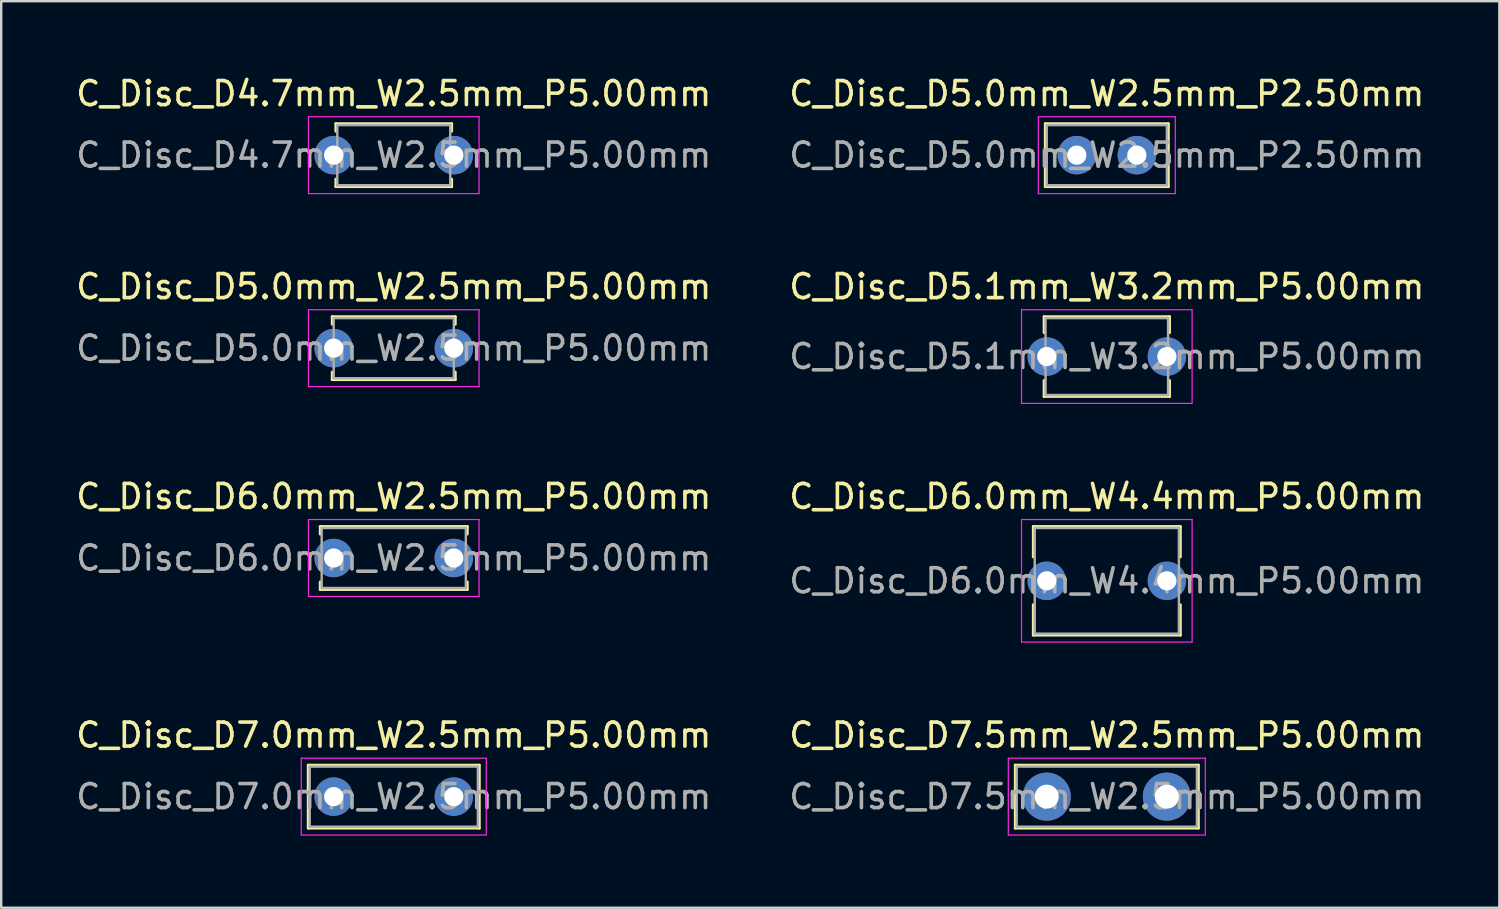
<source format=kicad_pcb>
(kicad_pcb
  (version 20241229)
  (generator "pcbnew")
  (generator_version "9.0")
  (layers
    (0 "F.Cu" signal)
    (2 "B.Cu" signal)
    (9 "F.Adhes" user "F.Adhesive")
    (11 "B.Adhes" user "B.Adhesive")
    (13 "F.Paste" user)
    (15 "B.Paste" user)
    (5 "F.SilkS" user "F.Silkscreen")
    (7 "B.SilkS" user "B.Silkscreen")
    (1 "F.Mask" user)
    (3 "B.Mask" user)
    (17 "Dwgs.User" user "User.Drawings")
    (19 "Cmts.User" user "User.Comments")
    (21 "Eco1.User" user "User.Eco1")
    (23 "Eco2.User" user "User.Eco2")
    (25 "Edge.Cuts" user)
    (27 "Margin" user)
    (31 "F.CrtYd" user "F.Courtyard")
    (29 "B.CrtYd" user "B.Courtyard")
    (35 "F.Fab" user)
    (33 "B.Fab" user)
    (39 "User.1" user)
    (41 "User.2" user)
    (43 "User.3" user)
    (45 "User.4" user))
  (footprint "C_Disc_D5.1mm_W3.2mm_P5.00mm"
    (layer "F.Cu")
    (at 40.518 11.791)
    (property "Reference" "C_Disc_D5.1mm_W3.2mm_P5.00mm" (at 2.5 -2.91 0) (layer "F.SilkS") (effects (font (size 1 1) (thickness 0.15))))
    (attr through_hole)
    (fp_line (start -0.11 -1.66) (end -0.11 -0.996) (stroke (width 0.12) (type solid)) (layer "F.SilkS"))
    (fp_line (start -0.11 -1.66) (end 5.11 -1.66) (stroke (width 0.12) (type solid)) (layer "F.SilkS"))
    (fp_line (start -0.11 0.996) (end -0.11 1.66) (stroke (width 0.12) (type solid)) (layer "F.SilkS"))
    (fp_line (start -0.11 1.66) (end 5.11 1.66) (stroke (width 0.12) (type solid)) (layer "F.SilkS"))
    (fp_line (start 5.11 -1.66) (end 5.11 -0.996) (stroke (width 0.12) (type solid)) (layer "F.SilkS"))
    (fp_line (start 5.11 0.996) (end 5.11 1.66) (stroke (width 0.12) (type solid)) (layer "F.SilkS"))
    (fp_line (start -1.05 -1.95) (end -1.05 1.95) (stroke (width 0.05) (type solid)) (layer "F.CrtYd"))
    (fp_line (start -1.05 1.95) (end 6.05 1.95) (stroke (width 0.05) (type solid)) (layer "F.CrtYd"))
    (fp_line (start 6.05 -1.95) (end -1.05 -1.95) (stroke (width 0.05) (type solid)) (layer "F.CrtYd"))
    (fp_line (start 6.05 1.95) (end 6.05 -1.95) (stroke (width 0.05) (type solid)) (layer "F.CrtYd"))
    (fp_line (start -0.05 -1.6) (end -0.05 1.6) (stroke (width 0.1) (type solid)) (layer "F.Fab"))
    (fp_line (start -0.05 1.6) (end 5.05 1.6) (stroke (width 0.1) (type solid)) (layer "F.Fab"))
    (fp_line (start 5.05 -1.6) (end -0.05 -1.6) (stroke (width 0.1) (type solid)) (layer "F.Fab"))
    (fp_line (start 5.05 1.6) (end 5.05 -1.6) (stroke (width 0.1) (type solid)) (layer "F.Fab"))
    (fp_text user "${REFERENCE}" (at 2.5 0 0) (layer "F.Fab") (effects (font (size 1 1) (thickness 0.15))))
    (pad "1" thru_hole circle (at 0 0) (size 1.6 1.6) (drill 0.8) (layers "*.Cu" "*.Mask"))
    (pad "2" thru_hole circle (at 5 0) (size 1.6 1.6) (drill 0.8) (layers "*.Cu" "*.Mask")))
  (footprint "C_Disc_D7.5mm_W2.5mm_P5.00mm"
    (layer "F.Cu")
    (at 40.518 30.108)
    (property "Reference" "C_Disc_D7.5mm_W2.5mm_P5.00mm" (at 2.5 -2.56 0) (layer "F.SilkS") (effects (font (size 1 1) (thickness 0.15))))
    (attr through_hole)
    (fp_line (start -1.31 -1.31) (end -1.31 1.31) (stroke (width 0.12) (type solid)) (layer "F.SilkS"))
    (fp_line (start -1.31 -1.31) (end 6.31 -1.31) (stroke (width 0.12) (type solid)) (layer "F.SilkS"))
    (fp_line (start -1.31 1.31) (end 6.31 1.31) (stroke (width 0.12) (type solid)) (layer "F.SilkS"))
    (fp_line (start 6.31 -1.31) (end 6.31 1.31) (stroke (width 0.12) (type solid)) (layer "F.SilkS"))
    (fp_line (start -1.6 -1.6) (end -1.6 1.6) (stroke (width 0.05) (type solid)) (layer "F.CrtYd"))
    (fp_line (start -1.6 1.6) (end 6.6 1.6) (stroke (width 0.05) (type solid)) (layer "F.CrtYd"))
    (fp_line (start 6.6 -1.6) (end -1.6 -1.6) (stroke (width 0.05) (type solid)) (layer "F.CrtYd"))
    (fp_line (start 6.6 1.6) (end 6.6 -1.6) (stroke (width 0.05) (type solid)) (layer "F.CrtYd"))
    (fp_line (start -1.25 -1.25) (end -1.25 1.25) (stroke (width 0.1) (type solid)) (layer "F.Fab"))
    (fp_line (start -1.25 1.25) (end 6.25 1.25) (stroke (width 0.1) (type solid)) (layer "F.Fab"))
    (fp_line (start 6.25 -1.25) (end -1.25 -1.25) (stroke (width 0.1) (type solid)) (layer "F.Fab"))
    (fp_line (start 6.25 1.25) (end 6.25 -1.25) (stroke (width 0.1) (type solid)) (layer "F.Fab"))
    (fp_text user "${REFERENCE}" (at 2.5 0 0) (layer "F.Fab") (effects (font (size 1 1) (thickness 0.15))))
    (pad "1" thru_hole circle (at 0 0) (size 2 2) (drill 1) (layers "*.Cu" "*.Mask"))
    (pad "2" thru_hole circle (at 5 0) (size 2 2) (drill 1) (layers "*.Cu" "*.Mask")))
  (footprint "C_Disc_D7.0mm_W2.5mm_P5.00mm"
    (layer "F.Cu")
    (at 10.839 30.108)
    (property "Reference" "C_Disc_D7.0mm_W2.5mm_P5.00mm" (at 2.5 -2.56 0) (layer "F.SilkS") (effects (font (size 1 1) (thickness 0.15))))
    (attr through_hole)
    (fp_line (start -1.06 -1.31) (end -1.06 1.31) (stroke (width 0.12) (type solid)) (layer "F.SilkS"))
    (fp_line (start -1.06 -1.31) (end 6.06 -1.31) (stroke (width 0.12) (type solid)) (layer "F.SilkS"))
    (fp_line (start -1.06 1.31) (end 6.06 1.31) (stroke (width 0.12) (type solid)) (layer "F.SilkS"))
    (fp_line (start 6.06 -1.31) (end 6.06 1.31) (stroke (width 0.12) (type solid)) (layer "F.SilkS"))
    (fp_line (start -1.35 -1.6) (end -1.35 1.6) (stroke (width 0.05) (type solid)) (layer "F.CrtYd"))
    (fp_line (start -1.35 1.6) (end 6.35 1.6) (stroke (width 0.05) (type solid)) (layer "F.CrtYd"))
    (fp_line (start 6.35 -1.6) (end -1.35 -1.6) (stroke (width 0.05) (type solid)) (layer "F.CrtYd"))
    (fp_line (start 6.35 1.6) (end 6.35 -1.6) (stroke (width 0.05) (type solid)) (layer "F.CrtYd"))
    (fp_line (start -1 -1.25) (end -1 1.25) (stroke (width 0.1) (type solid)) (layer "F.Fab"))
    (fp_line (start -1 1.25) (end 6 1.25) (stroke (width 0.1) (type solid)) (layer "F.Fab"))
    (fp_line (start 6 -1.25) (end -1 -1.25) (stroke (width 0.1) (type solid)) (layer "F.Fab"))
    (fp_line (start 6 1.25) (end 6 -1.25) (stroke (width 0.1) (type solid)) (layer "F.Fab"))
    (fp_text user "${REFERENCE}" (at 2.5 0 0) (layer "F.Fab") (effects (font (size 1 1) (thickness 0.15))))
    (pad "1" thru_hole circle (at 0 0) (size 1.6 1.6) (drill 0.8) (layers "*.Cu" "*.Mask"))
    (pad "2" thru_hole circle (at 5 0) (size 1.6 1.6) (drill 0.8) (layers "*.Cu" "*.Mask")))
  (footprint "C_Disc_D6.0mm_W4.4mm_P5.00mm"
    (layer "F.Cu")
    (at 40.518 21.125)
    (property "Reference" "C_Disc_D6.0mm_W4.4mm_P5.00mm" (at 2.5 -3.51 0) (layer "F.SilkS") (effects (font (size 1 1) (thickness 0.15))))
    (attr through_hole)
    (fp_line (start -0.56 -2.26) (end -0.56 -0.996) (stroke (width 0.12) (type solid)) (layer "F.SilkS"))
    (fp_line (start -0.56 -2.26) (end 5.56 -2.26) (stroke (width 0.12) (type solid)) (layer "F.SilkS"))
    (fp_line (start -0.56 0.996) (end -0.56 2.26) (stroke (width 0.12) (type solid)) (layer "F.SilkS"))
    (fp_line (start -0.56 2.26) (end 5.56 2.26) (stroke (width 0.12) (type solid)) (layer "F.SilkS"))
    (fp_line (start 5.56 -2.26) (end 5.56 -0.996) (stroke (width 0.12) (type solid)) (layer "F.SilkS"))
    (fp_line (start 5.56 0.996) (end 5.56 2.26) (stroke (width 0.12) (type solid)) (layer "F.SilkS"))
    (fp_line (start -1.05 -2.55) (end -1.05 2.55) (stroke (width 0.05) (type solid)) (layer "F.CrtYd"))
    (fp_line (start -1.05 2.55) (end 6.05 2.55) (stroke (width 0.05) (type solid)) (layer "F.CrtYd"))
    (fp_line (start 6.05 -2.55) (end -1.05 -2.55) (stroke (width 0.05) (type solid)) (layer "F.CrtYd"))
    (fp_line (start 6.05 2.55) (end 6.05 -2.55) (stroke (width 0.05) (type solid)) (layer "F.CrtYd"))
    (fp_line (start -0.5 -2.2) (end -0.5 2.2) (stroke (width 0.1) (type solid)) (layer "F.Fab"))
    (fp_line (start -0.5 2.2) (end 5.5 2.2) (stroke (width 0.1) (type solid)) (layer "F.Fab"))
    (fp_line (start 5.5 -2.2) (end -0.5 -2.2) (stroke (width 0.1) (type solid)) (layer "F.Fab"))
    (fp_line (start 5.5 2.2) (end 5.5 -2.2) (stroke (width 0.1) (type solid)) (layer "F.Fab"))
    (fp_text user "${REFERENCE}" (at 2.5 0 0) (layer "F.Fab") (effects (font (size 1 1) (thickness 0.15))))
    (pad "1" thru_hole circle (at 0 0) (size 1.6 1.6) (drill 0.8) (layers "*.Cu" "*.Mask"))
    (pad "2" thru_hole circle (at 5 0) (size 1.6 1.6) (drill 0.8) (layers "*.Cu" "*.Mask")))
  (footprint "C_Disc_D4.7mm_W2.5mm_P5.00mm"
    (layer "F.Cu")
    (at 10.839 3.408)
    (property "Reference" "C_Disc_D4.7mm_W2.5mm_P5.00mm" (at 2.5 -2.56 0) (layer "F.SilkS") (effects (font (size 1 1) (thickness 0.15))))
    (attr through_hole)
    (fp_line (start 0.09 -1.31) (end 0.09 -0.996) (stroke (width 0.12) (type solid)) (layer "F.SilkS"))
    (fp_line (start 0.09 -1.31) (end 4.91 -1.31) (stroke (width 0.12) (type solid)) (layer "F.SilkS"))
    (fp_line (start 0.09 0.996) (end 0.09 1.31) (stroke (width 0.12) (type solid)) (layer "F.SilkS"))
    (fp_line (start 0.09 1.31) (end 4.91 1.31) (stroke (width 0.12) (type solid)) (layer "F.SilkS"))
    (fp_line (start 4.91 -1.31) (end 4.91 -0.996) (stroke (width 0.12) (type solid)) (layer "F.SilkS"))
    (fp_line (start 4.91 0.996) (end 4.91 1.31) (stroke (width 0.12) (type solid)) (layer "F.SilkS"))
    (fp_line (start -1.05 -1.6) (end -1.05 1.6) (stroke (width 0.05) (type solid)) (layer "F.CrtYd"))
    (fp_line (start -1.05 1.6) (end 6.05 1.6) (stroke (width 0.05) (type solid)) (layer "F.CrtYd"))
    (fp_line (start 6.05 -1.6) (end -1.05 -1.6) (stroke (width 0.05) (type solid)) (layer "F.CrtYd"))
    (fp_line (start 6.05 1.6) (end 6.05 -1.6) (stroke (width 0.05) (type solid)) (layer "F.CrtYd"))
    (fp_line (start 0.15 -1.25) (end 0.15 1.25) (stroke (width 0.1) (type solid)) (layer "F.Fab"))
    (fp_line (start 0.15 1.25) (end 4.85 1.25) (stroke (width 0.1) (type solid)) (layer "F.Fab"))
    (fp_line (start 4.85 -1.25) (end 0.15 -1.25) (stroke (width 0.1) (type solid)) (layer "F.Fab"))
    (fp_line (start 4.85 1.25) (end 4.85 -1.25) (stroke (width 0.1) (type solid)) (layer "F.Fab"))
    (fp_text user "${REFERENCE}" (at 2.5 0 0) (layer "F.Fab") (effects (font (size 1 1) (thickness 0.15))))
    (pad "1" thru_hole circle (at 0 0) (size 1.6 1.6) (drill 0.8) (layers "*.Cu" "*.Mask"))
    (pad "2" thru_hole circle (at 5 0) (size 1.6 1.6) (drill 0.8) (layers "*.Cu" "*.Mask")))
  (footprint "C_Disc_D5.0mm_W2.5mm_P2.50mm"
    (layer "F.Cu")
    (at 41.768 3.408)
    (property "Reference" "C_Disc_D5.0mm_W2.5mm_P2.50mm" (at 1.25 -2.56 0) (layer "F.SilkS") (effects (font (size 1 1) (thickness 0.15))))
    (attr through_hole)
    (fp_line (start -1.31 -1.31) (end -1.31 1.31) (stroke (width 0.12) (type solid)) (layer "F.SilkS"))
    (fp_line (start -1.31 -1.31) (end 3.81 -1.31) (stroke (width 0.12) (type solid)) (layer "F.SilkS"))
    (fp_line (start -1.31 1.31) (end 3.81 1.31) (stroke (width 0.12) (type solid)) (layer "F.SilkS"))
    (fp_line (start 3.81 -1.31) (end 3.81 1.31) (stroke (width 0.12) (type solid)) (layer "F.SilkS"))
    (fp_line (start -1.6 -1.6) (end -1.6 1.6) (stroke (width 0.05) (type solid)) (layer "F.CrtYd"))
    (fp_line (start -1.6 1.6) (end 4.1 1.6) (stroke (width 0.05) (type solid)) (layer "F.CrtYd"))
    (fp_line (start 4.1 -1.6) (end -1.6 -1.6) (stroke (width 0.05) (type solid)) (layer "F.CrtYd"))
    (fp_line (start 4.1 1.6) (end 4.1 -1.6) (stroke (width 0.05) (type solid)) (layer "F.CrtYd"))
    (fp_line (start -1.25 -1.25) (end -1.25 1.25) (stroke (width 0.1) (type solid)) (layer "F.Fab"))
    (fp_line (start -1.25 1.25) (end 3.75 1.25) (stroke (width 0.1) (type solid)) (layer "F.Fab"))
    (fp_line (start 3.75 -1.25) (end -1.25 -1.25) (stroke (width 0.1) (type solid)) (layer "F.Fab"))
    (fp_line (start 3.75 1.25) (end 3.75 -1.25) (stroke (width 0.1) (type solid)) (layer "F.Fab"))
    (fp_text user "${REFERENCE}" (at 1.25 0 0) (layer "F.Fab") (effects (font (size 1 1) (thickness 0.15))))
    (pad "1" thru_hole circle (at 0 0) (size 1.6 1.6) (drill 0.8) (layers "*.Cu" "*.Mask"))
    (pad "2" thru_hole circle (at 2.5 0) (size 1.6 1.6) (drill 0.8) (layers "*.Cu" "*.Mask")))
  (footprint "C_Disc_D5.0mm_W2.5mm_P5.00mm"
    (layer "F.Cu")
    (at 10.839 11.441)
    (property "Reference" "C_Disc_D5.0mm_W2.5mm_P5.00mm" (at 2.5 -2.56 0) (layer "F.SilkS") (effects (font (size 1 1) (thickness 0.15))))
    (attr through_hole)
    (fp_line (start -0.06 -1.31) (end -0.06 -0.996) (stroke (width 0.12) (type solid)) (layer "F.SilkS"))
    (fp_line (start -0.06 -1.31) (end 5.06 -1.31) (stroke (width 0.12) (type solid)) (layer "F.SilkS"))
    (fp_line (start -0.06 0.996) (end -0.06 1.31) (stroke (width 0.12) (type solid)) (layer "F.SilkS"))
    (fp_line (start -0.06 1.31) (end 5.06 1.31) (stroke (width 0.12) (type solid)) (layer "F.SilkS"))
    (fp_line (start 5.06 -1.31) (end 5.06 -0.996) (stroke (width 0.12) (type solid)) (layer "F.SilkS"))
    (fp_line (start 5.06 0.996) (end 5.06 1.31) (stroke (width 0.12) (type solid)) (layer "F.SilkS"))
    (fp_line (start -1.05 -1.6) (end -1.05 1.6) (stroke (width 0.05) (type solid)) (layer "F.CrtYd"))
    (fp_line (start -1.05 1.6) (end 6.05 1.6) (stroke (width 0.05) (type solid)) (layer "F.CrtYd"))
    (fp_line (start 6.05 -1.6) (end -1.05 -1.6) (stroke (width 0.05) (type solid)) (layer "F.CrtYd"))
    (fp_line (start 6.05 1.6) (end 6.05 -1.6) (stroke (width 0.05) (type solid)) (layer "F.CrtYd"))
    (fp_line (start 0 -1.25) (end 0 1.25) (stroke (width 0.1) (type solid)) (layer "F.Fab"))
    (fp_line (start 0 1.25) (end 5 1.25) (stroke (width 0.1) (type solid)) (layer "F.Fab"))
    (fp_line (start 5 -1.25) (end 0 -1.25) (stroke (width 0.1) (type solid)) (layer "F.Fab"))
    (fp_line (start 5 1.25) (end 5 -1.25) (stroke (width 0.1) (type solid)) (layer "F.Fab"))
    (fp_text user "${REFERENCE}" (at 2.5 0 0) (layer "F.Fab") (effects (font (size 1 1) (thickness 0.15))))
    (pad "1" thru_hole circle (at 0 0) (size 1.6 1.6) (drill 0.8) (layers "*.Cu" "*.Mask"))
    (pad "2" thru_hole circle (at 5 0) (size 1.6 1.6) (drill 0.8) (layers "*.Cu" "*.Mask")))
  (footprint "C_Disc_D6.0mm_W2.5mm_P5.00mm"
    (layer "F.Cu")
    (at 10.839 20.175)
    (property "Reference" "C_Disc_D6.0mm_W2.5mm_P5.00mm" (at 2.5 -2.56 0) (layer "F.SilkS") (effects (font (size 1 1) (thickness 0.15))))
    (attr through_hole)
    (fp_line (start -0.56 -1.31) (end -0.56 -0.996) (stroke (width 0.12) (type solid)) (layer "F.SilkS"))
    (fp_line (start -0.56 -1.31) (end 5.56 -1.31) (stroke (width 0.12) (type solid)) (layer "F.SilkS"))
    (fp_line (start -0.56 0.996) (end -0.56 1.31) (stroke (width 0.12) (type solid)) (layer "F.SilkS"))
    (fp_line (start -0.56 1.31) (end 5.56 1.31) (stroke (width 0.12) (type solid)) (layer "F.SilkS"))
    (fp_line (start 5.56 -1.31) (end 5.56 -0.996) (stroke (width 0.12) (type solid)) (layer "F.SilkS"))
    (fp_line (start 5.56 0.996) (end 5.56 1.31) (stroke (width 0.12) (type solid)) (layer "F.SilkS"))
    (fp_line (start -1.05 -1.6) (end -1.05 1.6) (stroke (width 0.05) (type solid)) (layer "F.CrtYd"))
    (fp_line (start -1.05 1.6) (end 6.05 1.6) (stroke (width 0.05) (type solid)) (layer "F.CrtYd"))
    (fp_line (start 6.05 -1.6) (end -1.05 -1.6) (stroke (width 0.05) (type solid)) (layer "F.CrtYd"))
    (fp_line (start 6.05 1.6) (end 6.05 -1.6) (stroke (width 0.05) (type solid)) (layer "F.CrtYd"))
    (fp_line (start -0.5 -1.25) (end -0.5 1.25) (stroke (width 0.1) (type solid)) (layer "F.Fab"))
    (fp_line (start -0.5 1.25) (end 5.5 1.25) (stroke (width 0.1) (type solid)) (layer "F.Fab"))
    (fp_line (start 5.5 -1.25) (end -0.5 -1.25) (stroke (width 0.1) (type solid)) (layer "F.Fab"))
    (fp_line (start 5.5 1.25) (end 5.5 -1.25) (stroke (width 0.1) (type solid)) (layer "F.Fab"))
    (fp_text user "${REFERENCE}" (at 2.5 0 0) (layer "F.Fab") (effects (font (size 1 1) (thickness 0.15))))
    (pad "1" thru_hole circle (at 0 0) (size 1.6 1.6) (drill 0.8) (layers "*.Cu" "*.Mask"))
    (pad "2" thru_hole circle (at 5 0) (size 1.6 1.6) (drill 0.8) (layers "*.Cu" "*.Mask")))
  (gr_rect
    (start -3 -3)
    (end 59.357 34.733)
    (stroke (width 0.1) (type default))
    (fill no)
    (layer "Edge.Cuts")))
</source>
